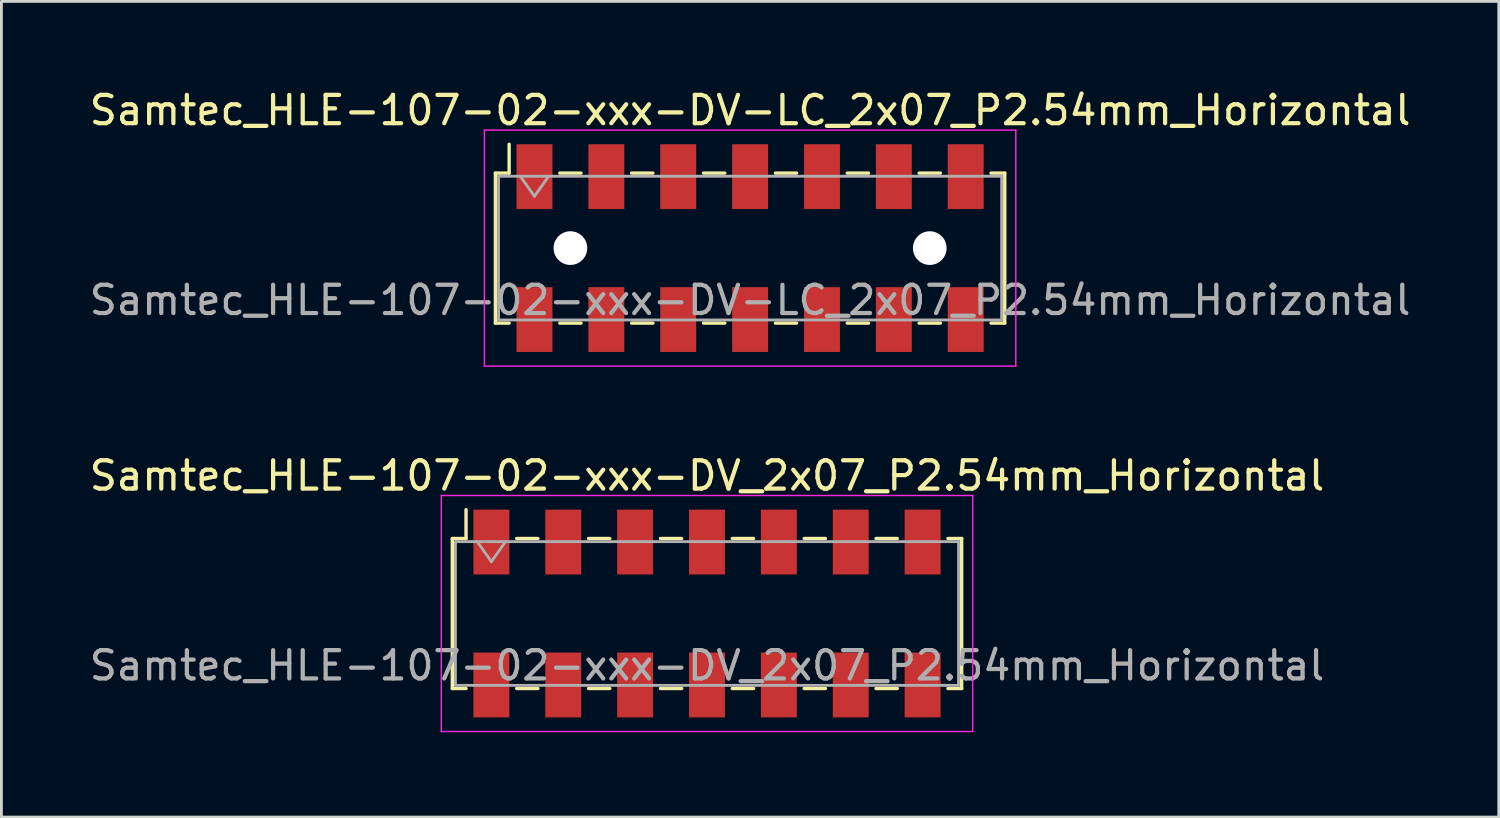
<source format=kicad_pcb>
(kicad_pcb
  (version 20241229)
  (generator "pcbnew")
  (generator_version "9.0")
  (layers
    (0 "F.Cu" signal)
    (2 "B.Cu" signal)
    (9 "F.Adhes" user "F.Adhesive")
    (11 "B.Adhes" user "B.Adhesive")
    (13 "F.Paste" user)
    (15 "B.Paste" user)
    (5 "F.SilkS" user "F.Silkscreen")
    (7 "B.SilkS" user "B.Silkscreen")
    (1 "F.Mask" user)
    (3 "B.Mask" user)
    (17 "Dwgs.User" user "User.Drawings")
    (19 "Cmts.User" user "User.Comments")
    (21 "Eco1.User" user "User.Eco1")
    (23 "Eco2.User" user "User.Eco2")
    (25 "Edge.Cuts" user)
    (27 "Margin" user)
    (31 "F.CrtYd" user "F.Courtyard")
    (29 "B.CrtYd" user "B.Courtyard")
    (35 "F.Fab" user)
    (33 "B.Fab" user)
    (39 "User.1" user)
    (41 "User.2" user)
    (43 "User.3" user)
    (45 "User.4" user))
  (footprint "Samtec_HLE-107-02-xxx-DV_2x07_P2.54mm_Horizontal"
    (layer "F.Cu")
    (at 21.935 18.631)
    (property "Reference" "Samtec_HLE-107-02-xxx-DV_2x07_P2.54mm_Horizontal" (at 0 -4.87 0) (layer "F.SilkS") (effects (font (size 1 1) (thickness 0.15))))
    (attr smd)
    (fp_line (start -9 -2.65) (end -9 2.65) (stroke (width 0.12) (type solid)) (layer "F.SilkS"))
    (fp_line (start -9 2.65) (end -8.515 2.65) (stroke (width 0.12) (type solid)) (layer "F.SilkS"))
    (fp_line (start -8.515 -3.67) (end -8.515 -2.65) (stroke (width 0.12) (type solid)) (layer "F.SilkS"))
    (fp_line (start -8.515 -2.65) (end -9 -2.65) (stroke (width 0.12) (type solid)) (layer "F.SilkS"))
    (fp_line (start -6.725 -2.65) (end -5.975 -2.65) (stroke (width 0.12) (type solid)) (layer "F.SilkS"))
    (fp_line (start -6.725 2.65) (end -5.975 2.65) (stroke (width 0.12) (type solid)) (layer "F.SilkS"))
    (fp_line (start -4.185 -2.65) (end -3.435 -2.65) (stroke (width 0.12) (type solid)) (layer "F.SilkS"))
    (fp_line (start -4.185 2.65) (end -3.435 2.65) (stroke (width 0.12) (type solid)) (layer "F.SilkS"))
    (fp_line (start -1.645 -2.65) (end -0.895 -2.65) (stroke (width 0.12) (type solid)) (layer "F.SilkS"))
    (fp_line (start -1.645 2.65) (end -0.895 2.65) (stroke (width 0.12) (type solid)) (layer "F.SilkS"))
    (fp_line (start 0.895 -2.65) (end 1.645 -2.65) (stroke (width 0.12) (type solid)) (layer "F.SilkS"))
    (fp_line (start 0.895 2.65) (end 1.645 2.65) (stroke (width 0.12) (type solid)) (layer "F.SilkS"))
    (fp_line (start 3.435 -2.65) (end 4.185 -2.65) (stroke (width 0.12) (type solid)) (layer "F.SilkS"))
    (fp_line (start 3.435 2.65) (end 4.185 2.65) (stroke (width 0.12) (type solid)) (layer "F.SilkS"))
    (fp_line (start 5.975 -2.65) (end 6.725 -2.65) (stroke (width 0.12) (type solid)) (layer "F.SilkS"))
    (fp_line (start 5.975 2.65) (end 6.725 2.65) (stroke (width 0.12) (type solid)) (layer "F.SilkS"))
    (fp_line (start 8.515 -2.65) (end 9 -2.65) (stroke (width 0.12) (type solid)) (layer "F.SilkS"))
    (fp_line (start 9 -2.65) (end 9 2.65) (stroke (width 0.12) (type solid)) (layer "F.SilkS"))
    (fp_line (start 9 2.65) (end 8.515 2.65) (stroke (width 0.12) (type solid)) (layer "F.SilkS"))
    (fp_line (start -9.39 -4.17) (end 9.39 -4.17) (stroke (width 0.05) (type solid)) (layer "F.CrtYd"))
    (fp_line (start -9.39 4.17) (end -9.39 -4.17) (stroke (width 0.05) (type solid)) (layer "F.CrtYd"))
    (fp_line (start 9.39 -4.17) (end 9.39 4.17) (stroke (width 0.05) (type solid)) (layer "F.CrtYd"))
    (fp_line (start 9.39 4.17) (end -9.39 4.17) (stroke (width 0.05) (type solid)) (layer "F.CrtYd"))
    (fp_line (start -8.89 -2.54) (end 8.89 -2.54) (stroke (width 0.1) (type solid)) (layer "F.Fab"))
    (fp_line (start -8.89 2.54) (end -8.89 -2.54) (stroke (width 0.1) (type solid)) (layer "F.Fab"))
    (fp_line (start -8.12 -2.54) (end -7.62 -1.833) (stroke (width 0.1) (type solid)) (layer "F.Fab"))
    (fp_line (start -7.62 -1.833) (end -7.12 -2.54) (stroke (width 0.1) (type solid)) (layer "F.Fab"))
    (fp_line (start 8.89 -2.54) (end 8.89 2.54) (stroke (width 0.1) (type solid)) (layer "F.Fab"))
    (fp_line (start 8.89 2.54) (end -8.89 2.54) (stroke (width 0.1) (type solid)) (layer "F.Fab"))
    (fp_text user "${REFERENCE}" (at 0 1.84 0) (layer "F.Fab") (effects (font (size 1 1) (thickness 0.15))))
    (pad "1" smd rect (at -7.62 -2.525) (size 1.27 2.29) (layers "F.Cu" "F.Mask" "F.Paste"))
    (pad "2" smd rect (at -7.62 2.525) (size 1.27 2.29) (layers "F.Cu" "F.Mask" "F.Paste"))
    (pad "3" smd rect (at -5.08 -2.525) (size 1.27 2.29) (layers "F.Cu" "F.Mask" "F.Paste"))
    (pad "4" smd rect (at -5.08 2.525) (size 1.27 2.29) (layers "F.Cu" "F.Mask" "F.Paste"))
    (pad "5" smd rect (at -2.54 -2.525) (size 1.27 2.29) (layers "F.Cu" "F.Mask" "F.Paste"))
    (pad "6" smd rect (at -2.54 2.525) (size 1.27 2.29) (layers "F.Cu" "F.Mask" "F.Paste"))
    (pad "7" smd rect (at 0 -2.525) (size 1.27 2.29) (layers "F.Cu" "F.Mask" "F.Paste"))
    (pad "8" smd rect (at 0 2.525) (size 1.27 2.29) (layers "F.Cu" "F.Mask" "F.Paste"))
    (pad "9" smd rect (at 2.54 -2.525) (size 1.27 2.29) (layers "F.Cu" "F.Mask" "F.Paste"))
    (pad "10" smd rect (at 2.54 2.525) (size 1.27 2.29) (layers "F.Cu" "F.Mask" "F.Paste"))
    (pad "11" smd rect (at 5.08 -2.525) (size 1.27 2.29) (layers "F.Cu" "F.Mask" "F.Paste"))
    (pad "12" smd rect (at 5.08 2.525) (size 1.27 2.29) (layers "F.Cu" "F.Mask" "F.Paste"))
    (pad "13" smd rect (at 7.62 -2.525) (size 1.27 2.29) (layers "F.Cu" "F.Mask" "F.Paste"))
    (pad "14" smd rect (at 7.62 2.525) (size 1.27 2.29) (layers "F.Cu" "F.Mask" "F.Paste")))
  (footprint "Samtec_HLE-107-02-xxx-DV-LC_2x07_P2.54mm_Horizontal"
    (layer "F.Cu")
    (at 23.458 5.718)
    (property "Reference" "Samtec_HLE-107-02-xxx-DV-LC_2x07_P2.54mm_Horizontal" (at 0 -4.87 0) (layer "F.SilkS") (effects (font (size 1 1) (thickness 0.15))))
    (attr smd)
    (fp_line (start -9 -2.65) (end -9 2.65) (stroke (width 0.12) (type solid)) (layer "F.SilkS"))
    (fp_line (start -9 2.65) (end -8.515 2.65) (stroke (width 0.12) (type solid)) (layer "F.SilkS"))
    (fp_line (start -8.515 -3.67) (end -8.515 -2.65) (stroke (width 0.12) (type solid)) (layer "F.SilkS"))
    (fp_line (start -8.515 -2.65) (end -9 -2.65) (stroke (width 0.12) (type solid)) (layer "F.SilkS"))
    (fp_line (start -6.725 -2.65) (end -5.975 -2.65) (stroke (width 0.12) (type solid)) (layer "F.SilkS"))
    (fp_line (start -6.725 2.65) (end -5.975 2.65) (stroke (width 0.12) (type solid)) (layer "F.SilkS"))
    (fp_line (start -4.185 -2.65) (end -3.435 -2.65) (stroke (width 0.12) (type solid)) (layer "F.SilkS"))
    (fp_line (start -4.185 2.65) (end -3.435 2.65) (stroke (width 0.12) (type solid)) (layer "F.SilkS"))
    (fp_line (start -1.645 -2.65) (end -0.895 -2.65) (stroke (width 0.12) (type solid)) (layer "F.SilkS"))
    (fp_line (start -1.645 2.65) (end -0.895 2.65) (stroke (width 0.12) (type solid)) (layer "F.SilkS"))
    (fp_line (start 0.895 -2.65) (end 1.645 -2.65) (stroke (width 0.12) (type solid)) (layer "F.SilkS"))
    (fp_line (start 0.895 2.65) (end 1.645 2.65) (stroke (width 0.12) (type solid)) (layer "F.SilkS"))
    (fp_line (start 3.435 -2.65) (end 4.185 -2.65) (stroke (width 0.12) (type solid)) (layer "F.SilkS"))
    (fp_line (start 3.435 2.65) (end 4.185 2.65) (stroke (width 0.12) (type solid)) (layer "F.SilkS"))
    (fp_line (start 5.975 -2.65) (end 6.725 -2.65) (stroke (width 0.12) (type solid)) (layer "F.SilkS"))
    (fp_line (start 5.975 2.65) (end 6.725 2.65) (stroke (width 0.12) (type solid)) (layer "F.SilkS"))
    (fp_line (start 8.515 -2.65) (end 9 -2.65) (stroke (width 0.12) (type solid)) (layer "F.SilkS"))
    (fp_line (start 9 -2.65) (end 9 2.65) (stroke (width 0.12) (type solid)) (layer "F.SilkS"))
    (fp_line (start 9 2.65) (end 8.515 2.65) (stroke (width 0.12) (type solid)) (layer "F.SilkS"))
    (fp_line (start -9.39 -4.17) (end 9.39 -4.17) (stroke (width 0.05) (type solid)) (layer "F.CrtYd"))
    (fp_line (start -9.39 4.17) (end -9.39 -4.17) (stroke (width 0.05) (type solid)) (layer "F.CrtYd"))
    (fp_line (start 9.39 -4.17) (end 9.39 4.17) (stroke (width 0.05) (type solid)) (layer "F.CrtYd"))
    (fp_line (start 9.39 4.17) (end -9.39 4.17) (stroke (width 0.05) (type solid)) (layer "F.CrtYd"))
    (fp_line (start -8.89 -2.54) (end 8.89 -2.54) (stroke (width 0.1) (type solid)) (layer "F.Fab"))
    (fp_line (start -8.89 2.54) (end -8.89 -2.54) (stroke (width 0.1) (type solid)) (layer "F.Fab"))
    (fp_line (start -8.12 -2.54) (end -7.62 -1.833) (stroke (width 0.1) (type solid)) (layer "F.Fab"))
    (fp_line (start -7.62 -1.833) (end -7.12 -2.54) (stroke (width 0.1) (type solid)) (layer "F.Fab"))
    (fp_line (start 8.89 -2.54) (end 8.89 2.54) (stroke (width 0.1) (type solid)) (layer "F.Fab"))
    (fp_line (start 8.89 2.54) (end -8.89 2.54) (stroke (width 0.1) (type solid)) (layer "F.Fab"))
    (fp_text user "${REFERENCE}" (at 0 1.84 0) (layer "F.Fab") (effects (font (size 1 1) (thickness 0.15))))
    (pad "" np_thru_hole circle (at -6.35 0) (size 1.19 1.19) (drill 1.19) (layers "*.Cu" "*.Mask"))
    (pad "" np_thru_hole circle (at 6.35 0) (size 1.19 1.19) (drill 1.19) (layers "*.Cu" "*.Mask"))
    (pad "1" smd rect (at -7.62 -2.525) (size 1.27 2.29) (layers "F.Cu" "F.Mask" "F.Paste"))
    (pad "2" smd rect (at -7.62 2.525) (size 1.27 2.29) (layers "F.Cu" "F.Mask" "F.Paste"))
    (pad "3" smd rect (at -5.08 -2.525) (size 1.27 2.29) (layers "F.Cu" "F.Mask" "F.Paste"))
    (pad "4" smd rect (at -5.08 2.525) (size 1.27 2.29) (layers "F.Cu" "F.Mask" "F.Paste"))
    (pad "5" smd rect (at -2.54 -2.525) (size 1.27 2.29) (layers "F.Cu" "F.Mask" "F.Paste"))
    (pad "6" smd rect (at -2.54 2.525) (size 1.27 2.29) (layers "F.Cu" "F.Mask" "F.Paste"))
    (pad "7" smd rect (at 0 -2.525) (size 1.27 2.29) (layers "F.Cu" "F.Mask" "F.Paste"))
    (pad "8" smd rect (at 0 2.525) (size 1.27 2.29) (layers "F.Cu" "F.Mask" "F.Paste"))
    (pad "9" smd rect (at 2.54 -2.525) (size 1.27 2.29) (layers "F.Cu" "F.Mask" "F.Paste"))
    (pad "10" smd rect (at 2.54 2.525) (size 1.27 2.29) (layers "F.Cu" "F.Mask" "F.Paste"))
    (pad "11" smd rect (at 5.08 -2.525) (size 1.27 2.29) (layers "F.Cu" "F.Mask" "F.Paste"))
    (pad "12" smd rect (at 5.08 2.525) (size 1.27 2.29) (layers "F.Cu" "F.Mask" "F.Paste"))
    (pad "13" smd rect (at 7.62 -2.525) (size 1.27 2.29) (layers "F.Cu" "F.Mask" "F.Paste"))
    (pad "14" smd rect (at 7.62 2.525) (size 1.27 2.29) (layers "F.Cu" "F.Mask" "F.Paste")))
  (gr_rect
    (start -3 -3)
    (end 49.917 25.826)
    (stroke (width 0.1) (type default))
    (fill no)
    (layer "Edge.Cuts")))
</source>
